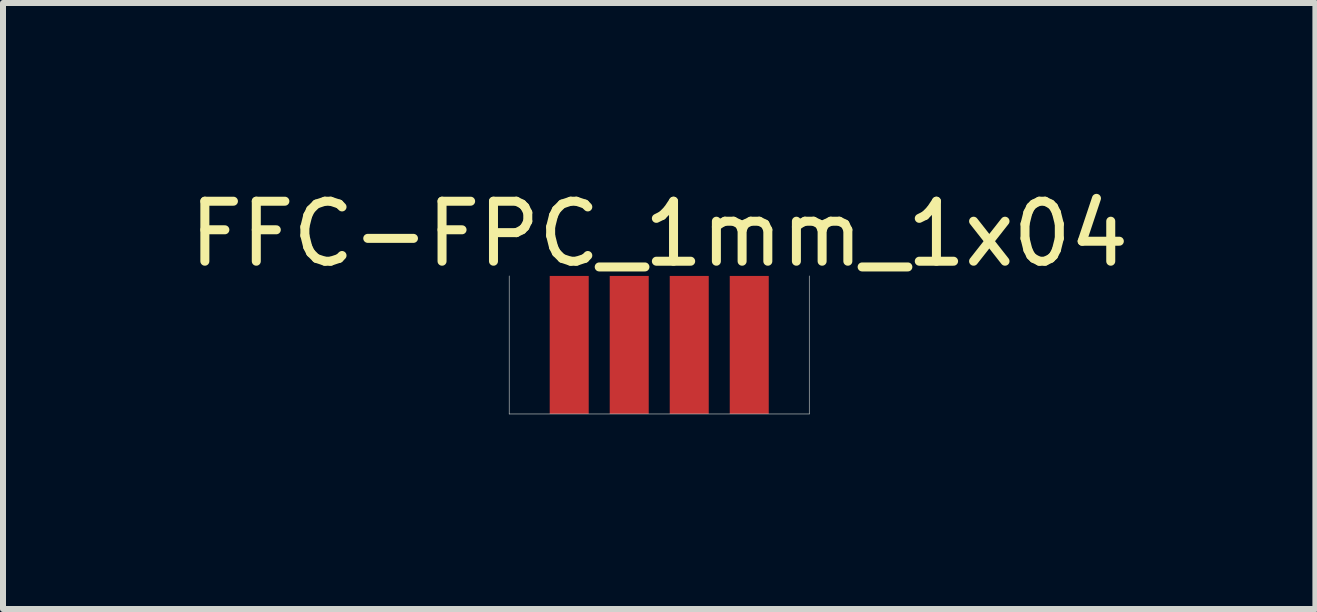
<source format=kicad_pcb>
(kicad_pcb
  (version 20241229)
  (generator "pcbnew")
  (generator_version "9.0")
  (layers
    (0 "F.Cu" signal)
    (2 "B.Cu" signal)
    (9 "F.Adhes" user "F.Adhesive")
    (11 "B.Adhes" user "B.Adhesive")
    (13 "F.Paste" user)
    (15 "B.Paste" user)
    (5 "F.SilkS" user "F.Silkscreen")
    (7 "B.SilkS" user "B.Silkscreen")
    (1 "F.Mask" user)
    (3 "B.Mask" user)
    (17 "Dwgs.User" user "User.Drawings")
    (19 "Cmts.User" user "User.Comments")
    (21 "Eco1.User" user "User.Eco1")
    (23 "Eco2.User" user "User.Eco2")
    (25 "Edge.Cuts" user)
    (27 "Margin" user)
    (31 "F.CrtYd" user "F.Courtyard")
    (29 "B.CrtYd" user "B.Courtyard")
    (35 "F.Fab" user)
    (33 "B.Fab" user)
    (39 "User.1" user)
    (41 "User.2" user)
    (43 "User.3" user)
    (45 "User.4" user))
  (footprint "FFC-FPC_1mm_1x04"
    (layer "F.Cu")
    (at 7.935 3.848)
    (property "Reference" "FFC-FPC_1mm_1x04" (at 0 -3 0) (unlocked yes) (layer "F.SilkS") (effects (font (size 1 1) (thickness 0.15))))
    (attr smd)
    (fp_line (start -2.5 0) (end -2.5 -2.3) (stroke (width 0.01) (type default)) (layer "Edge.Cuts"))
    (fp_line (start -2.5 0) (end 2.5 0) (stroke (width 0.01) (type default)) (layer "Edge.Cuts"))
    (fp_line (start 2.5 0) (end 2.5 -2.3) (stroke (width 0.01) (type default)) (layer "Edge.Cuts"))
    (pad "1" smd rect (at -1.5 -1.15) (size 0.65 2.3) (layers "F.Cu" "F.Mask" "F.Paste"))
    (pad "2" smd rect (at -0.5 -1.15) (size 0.65 2.3) (layers "F.Cu" "F.Mask" "F.Paste"))
    (pad "3" smd rect (at 0.5 -1.15) (size 0.65 2.3) (layers "F.Cu" "F.Mask" "F.Paste"))
    (pad "4" smd rect (at 1.5 -1.15) (size 0.65 2.3) (layers "F.Cu" "F.Mask" "F.Paste")))
  (gr_rect
    (start -3 -3)
    (end 18.869 7.098)
    (stroke (width 0.1) (type default))
    (fill no)
    (layer "Edge.Cuts")))
</source>
